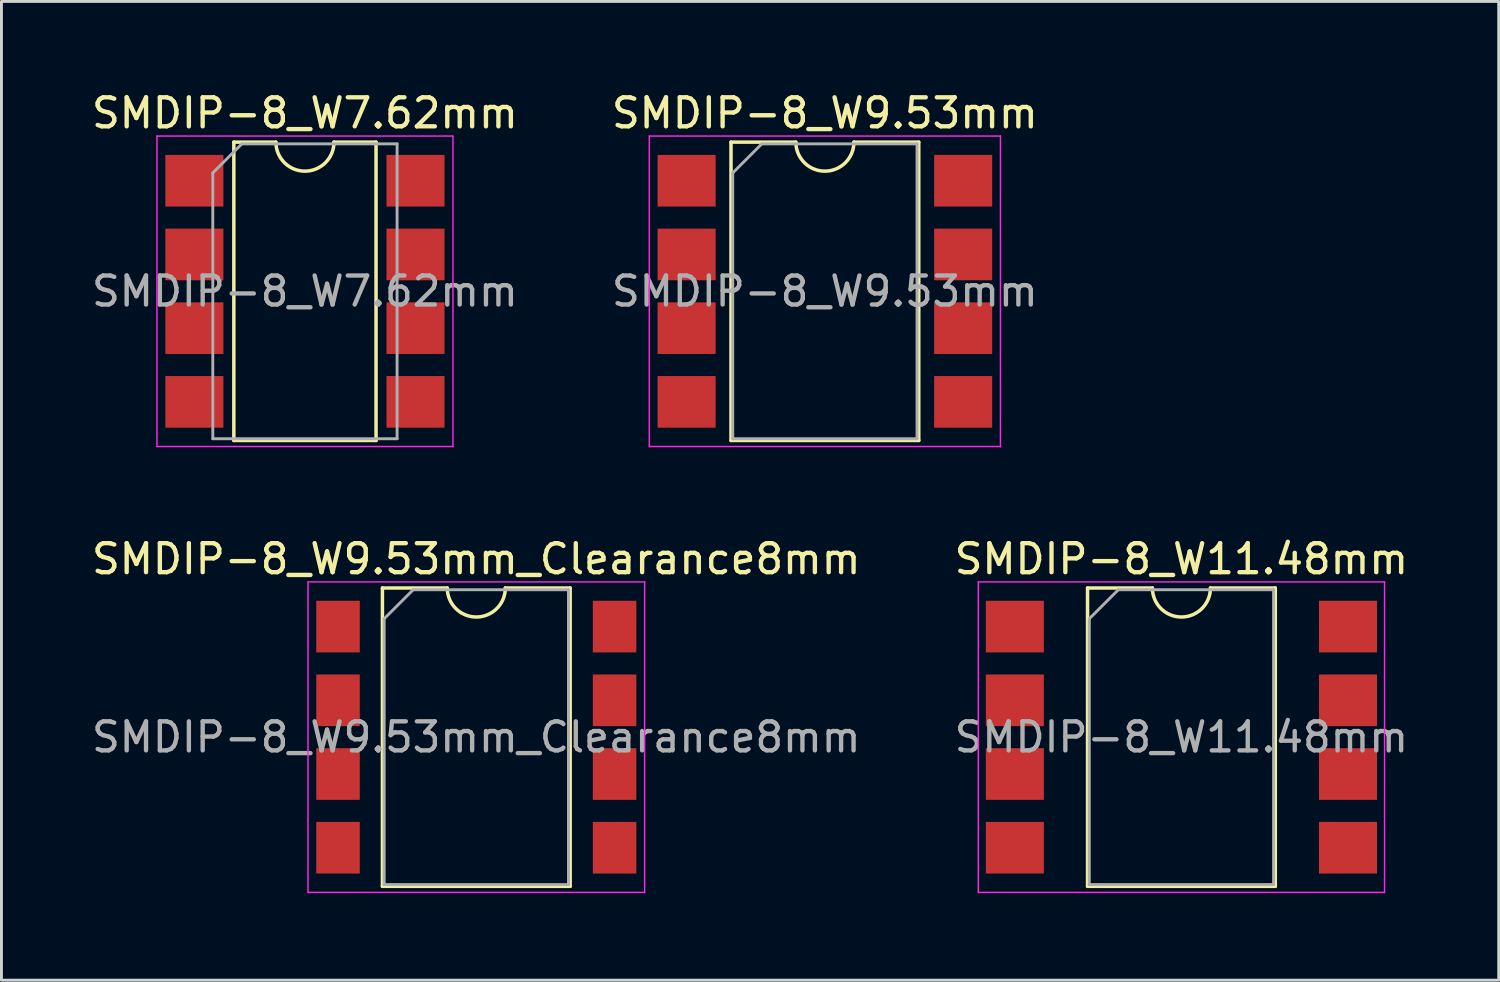
<source format=kicad_pcb>
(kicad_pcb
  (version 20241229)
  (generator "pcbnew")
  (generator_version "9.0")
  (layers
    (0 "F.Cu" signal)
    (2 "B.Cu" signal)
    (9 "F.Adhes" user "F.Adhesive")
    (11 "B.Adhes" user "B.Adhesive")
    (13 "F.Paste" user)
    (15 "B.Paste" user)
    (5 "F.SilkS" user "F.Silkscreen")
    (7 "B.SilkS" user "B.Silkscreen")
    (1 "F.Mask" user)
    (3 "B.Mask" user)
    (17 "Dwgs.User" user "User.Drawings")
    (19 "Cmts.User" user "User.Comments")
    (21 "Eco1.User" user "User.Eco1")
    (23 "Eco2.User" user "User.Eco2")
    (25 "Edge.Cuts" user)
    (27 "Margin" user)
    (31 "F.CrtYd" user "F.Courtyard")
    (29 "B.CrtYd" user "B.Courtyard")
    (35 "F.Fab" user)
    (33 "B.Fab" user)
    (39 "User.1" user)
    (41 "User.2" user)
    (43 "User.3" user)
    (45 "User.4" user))
  (footprint "SMDIP-8_W11.48mm"
    (layer "F.Cu")
    (at 37.661 22.352)
    (property "Reference" "SMDIP-8_W11.48mm" (at 0 -6.14 0) (layer "F.SilkS") (effects (font (size 1 1) (thickness 0.15))))
    (attr smd)
    (fp_line (start -3.235 -5.14) (end -3.235 5.14) (stroke (width 0.12) (type solid)) (layer "F.SilkS"))
    (fp_line (start -3.235 5.14) (end 3.235 5.14) (stroke (width 0.12) (type solid)) (layer "F.SilkS"))
    (fp_line (start -1 -5.14) (end -3.235 -5.14) (stroke (width 0.12) (type solid)) (layer "F.SilkS"))
    (fp_line (start 3.235 -5.14) (end 1 -5.14) (stroke (width 0.12) (type solid)) (layer "F.SilkS"))
    (fp_line (start 3.235 5.14) (end 3.235 -5.14) (stroke (width 0.12) (type solid)) (layer "F.SilkS"))
    (fp_arc (start 1 -5.14) (mid 0 -4.14) (end -1 -5.14) (stroke (width 0.12) (type solid)) (layer "F.SilkS"))
    (fp_line (start -7 -5.35) (end -7 5.35) (stroke (width 0.05) (type solid)) (layer "F.CrtYd"))
    (fp_line (start -7 5.35) (end 7 5.35) (stroke (width 0.05) (type solid)) (layer "F.CrtYd"))
    (fp_line (start 7 -5.35) (end -7 -5.35) (stroke (width 0.05) (type solid)) (layer "F.CrtYd"))
    (fp_line (start 7 5.35) (end 7 -5.35) (stroke (width 0.05) (type solid)) (layer "F.CrtYd"))
    (fp_line (start -3.175 -4.08) (end -2.175 -5.08) (stroke (width 0.1) (type solid)) (layer "F.Fab"))
    (fp_line (start -3.175 5.08) (end -3.175 -4.08) (stroke (width 0.1) (type solid)) (layer "F.Fab"))
    (fp_line (start -2.175 -5.08) (end 3.175 -5.08) (stroke (width 0.1) (type solid)) (layer "F.Fab"))
    (fp_line (start 3.175 -5.08) (end 3.175 5.08) (stroke (width 0.1) (type solid)) (layer "F.Fab"))
    (fp_line (start 3.175 5.08) (end -3.175 5.08) (stroke (width 0.1) (type solid)) (layer "F.Fab"))
    (fp_text user "${REFERENCE}" (at 0 0 0) (layer "F.Fab") (effects (font (size 1 1) (thickness 0.15))))
    (pad "1" smd rect (at -5.74 -3.81) (size 2 1.78) (layers "F.Cu" "F.Mask" "F.Paste"))
    (pad "2" smd rect (at -5.74 -1.27) (size 2 1.78) (layers "F.Cu" "F.Mask" "F.Paste"))
    (pad "3" smd rect (at -5.74 1.27) (size 2 1.78) (layers "F.Cu" "F.Mask" "F.Paste"))
    (pad "4" smd rect (at -5.74 3.81) (size 2 1.78) (layers "F.Cu" "F.Mask" "F.Paste"))
    (pad "5" smd rect (at 5.74 3.81) (size 2 1.78) (layers "F.Cu" "F.Mask" "F.Paste"))
    (pad "6" smd rect (at 5.74 1.27) (size 2 1.78) (layers "F.Cu" "F.Mask" "F.Paste"))
    (pad "7" smd rect (at 5.74 -1.27) (size 2 1.78) (layers "F.Cu" "F.Mask" "F.Paste"))
    (pad "8" smd rect (at 5.74 -3.81) (size 2 1.78) (layers "F.Cu" "F.Mask" "F.Paste")))
  (footprint "SMDIP-8_W9.53mm"
    (layer "F.Cu")
    (at 25.375 6.988)
    (property "Reference" "SMDIP-8_W9.53mm" (at 0 -6.14 0) (layer "F.SilkS") (effects (font (size 1 1) (thickness 0.15))))
    (attr smd)
    (fp_line (start -3.235 -5.14) (end -3.235 5.14) (stroke (width 0.12) (type solid)) (layer "F.SilkS"))
    (fp_line (start -3.235 5.14) (end 3.235 5.14) (stroke (width 0.12) (type solid)) (layer "F.SilkS"))
    (fp_line (start -1 -5.14) (end -3.235 -5.14) (stroke (width 0.12) (type solid)) (layer "F.SilkS"))
    (fp_line (start 3.235 -5.14) (end 1 -5.14) (stroke (width 0.12) (type solid)) (layer "F.SilkS"))
    (fp_line (start 3.235 5.14) (end 3.235 -5.14) (stroke (width 0.12) (type solid)) (layer "F.SilkS"))
    (fp_arc (start 1 -5.14) (mid 0 -4.14) (end -1 -5.14) (stroke (width 0.12) (type solid)) (layer "F.SilkS"))
    (fp_line (start -6.05 -5.35) (end -6.05 5.35) (stroke (width 0.05) (type solid)) (layer "F.CrtYd"))
    (fp_line (start -6.05 5.35) (end 6.05 5.35) (stroke (width 0.05) (type solid)) (layer "F.CrtYd"))
    (fp_line (start 6.05 -5.35) (end -6.05 -5.35) (stroke (width 0.05) (type solid)) (layer "F.CrtYd"))
    (fp_line (start 6.05 5.35) (end 6.05 -5.35) (stroke (width 0.05) (type solid)) (layer "F.CrtYd"))
    (fp_line (start -3.175 -4.08) (end -2.175 -5.08) (stroke (width 0.1) (type solid)) (layer "F.Fab"))
    (fp_line (start -3.175 5.08) (end -3.175 -4.08) (stroke (width 0.1) (type solid)) (layer "F.Fab"))
    (fp_line (start -2.175 -5.08) (end 3.175 -5.08) (stroke (width 0.1) (type solid)) (layer "F.Fab"))
    (fp_line (start 3.175 -5.08) (end 3.175 5.08) (stroke (width 0.1) (type solid)) (layer "F.Fab"))
    (fp_line (start 3.175 5.08) (end -3.175 5.08) (stroke (width 0.1) (type solid)) (layer "F.Fab"))
    (fp_text user "${REFERENCE}" (at 0 0 0) (layer "F.Fab") (effects (font (size 1 1) (thickness 0.15))))
    (pad "1" smd rect (at -4.765 -3.81) (size 2 1.78) (layers "F.Cu" "F.Mask" "F.Paste"))
    (pad "2" smd rect (at -4.765 -1.27) (size 2 1.78) (layers "F.Cu" "F.Mask" "F.Paste"))
    (pad "3" smd rect (at -4.765 1.27) (size 2 1.78) (layers "F.Cu" "F.Mask" "F.Paste"))
    (pad "4" smd rect (at -4.765 3.81) (size 2 1.78) (layers "F.Cu" "F.Mask" "F.Paste"))
    (pad "5" smd rect (at 4.765 3.81) (size 2 1.78) (layers "F.Cu" "F.Mask" "F.Paste"))
    (pad "6" smd rect (at 4.765 1.27) (size 2 1.78) (layers "F.Cu" "F.Mask" "F.Paste"))
    (pad "7" smd rect (at 4.765 -1.27) (size 2 1.78) (layers "F.Cu" "F.Mask" "F.Paste"))
    (pad "8" smd rect (at 4.765 -3.81) (size 2 1.78) (layers "F.Cu" "F.Mask" "F.Paste")))
  (footprint "SMDIP-8_W7.62mm"
    (layer "F.Cu")
    (at 7.458 6.988)
    (property "Reference" "SMDIP-8_W7.62mm" (at 0 -6.14 0) (layer "F.SilkS") (effects (font (size 1 1) (thickness 0.15))))
    (attr smd)
    (fp_line (start -2.45 -5.14) (end -2.45 5.14) (stroke (width 0.12) (type solid)) (layer "F.SilkS"))
    (fp_line (start -2.45 5.14) (end 2.45 5.14) (stroke (width 0.12) (type solid)) (layer "F.SilkS"))
    (fp_line (start -1 -5.14) (end -2.45 -5.14) (stroke (width 0.12) (type solid)) (layer "F.SilkS"))
    (fp_line (start 2.45 -5.14) (end 1 -5.14) (stroke (width 0.12) (type solid)) (layer "F.SilkS"))
    (fp_line (start 2.45 5.14) (end 2.45 -5.14) (stroke (width 0.12) (type solid)) (layer "F.SilkS"))
    (fp_arc (start 1 -5.14) (mid 0 -4.14) (end -1 -5.14) (stroke (width 0.12) (type solid)) (layer "F.SilkS"))
    (fp_line (start -5.1 -5.35) (end -5.1 5.35) (stroke (width 0.05) (type solid)) (layer "F.CrtYd"))
    (fp_line (start -5.1 5.35) (end 5.1 5.35) (stroke (width 0.05) (type solid)) (layer "F.CrtYd"))
    (fp_line (start 5.1 -5.35) (end -5.1 -5.35) (stroke (width 0.05) (type solid)) (layer "F.CrtYd"))
    (fp_line (start 5.1 5.35) (end 5.1 -5.35) (stroke (width 0.05) (type solid)) (layer "F.CrtYd"))
    (fp_line (start -3.175 -4.08) (end -2.175 -5.08) (stroke (width 0.1) (type solid)) (layer "F.Fab"))
    (fp_line (start -3.175 5.08) (end -3.175 -4.08) (stroke (width 0.1) (type solid)) (layer "F.Fab"))
    (fp_line (start -2.175 -5.08) (end 3.175 -5.08) (stroke (width 0.1) (type solid)) (layer "F.Fab"))
    (fp_line (start 3.175 -5.08) (end 3.175 5.08) (stroke (width 0.1) (type solid)) (layer "F.Fab"))
    (fp_line (start 3.175 5.08) (end -3.175 5.08) (stroke (width 0.1) (type solid)) (layer "F.Fab"))
    (fp_text user "${REFERENCE}" (at 0 0 0) (layer "F.Fab") (effects (font (size 1 1) (thickness 0.15))))
    (pad "1" smd rect (at -3.81 -3.81) (size 2 1.78) (layers "F.Cu" "F.Mask" "F.Paste"))
    (pad "2" smd rect (at -3.81 -1.27) (size 2 1.78) (layers "F.Cu" "F.Mask" "F.Paste"))
    (pad "3" smd rect (at -3.81 1.27) (size 2 1.78) (layers "F.Cu" "F.Mask" "F.Paste"))
    (pad "4" smd rect (at -3.81 3.81) (size 2 1.78) (layers "F.Cu" "F.Mask" "F.Paste"))
    (pad "5" smd rect (at 3.81 3.81) (size 2 1.78) (layers "F.Cu" "F.Mask" "F.Paste"))
    (pad "6" smd rect (at 3.81 1.27) (size 2 1.78) (layers "F.Cu" "F.Mask" "F.Paste"))
    (pad "7" smd rect (at 3.81 -1.27) (size 2 1.78) (layers "F.Cu" "F.Mask" "F.Paste"))
    (pad "8" smd rect (at 3.81 -3.81) (size 2 1.78) (layers "F.Cu" "F.Mask" "F.Paste")))
  (footprint "SMDIP-8_W9.53mm_Clearance8mm"
    (layer "F.Cu")
    (at 13.363 22.352)
    (property "Reference" "SMDIP-8_W9.53mm_Clearance8mm" (at 0 -6.14 0) (layer "F.SilkS") (effects (font (size 1 1) (thickness 0.15))))
    (attr smd)
    (fp_line (start -3.235 -5.14) (end -3.235 5.14) (stroke (width 0.12) (type solid)) (layer "F.SilkS"))
    (fp_line (start -3.235 5.14) (end 3.235 5.14) (stroke (width 0.12) (type solid)) (layer "F.SilkS"))
    (fp_line (start -1 -5.14) (end -3.235 -5.14) (stroke (width 0.12) (type solid)) (layer "F.SilkS"))
    (fp_line (start 3.235 -5.14) (end 1 -5.14) (stroke (width 0.12) (type solid)) (layer "F.SilkS"))
    (fp_line (start 3.235 5.14) (end 3.235 -5.14) (stroke (width 0.12) (type solid)) (layer "F.SilkS"))
    (fp_arc (start 1 -5.14) (mid 0 -4.14) (end -1 -5.14) (stroke (width 0.12) (type solid)) (layer "F.SilkS"))
    (fp_line (start -5.8 -5.35) (end -5.8 5.35) (stroke (width 0.05) (type solid)) (layer "F.CrtYd"))
    (fp_line (start -5.8 5.35) (end 5.8 5.35) (stroke (width 0.05) (type solid)) (layer "F.CrtYd"))
    (fp_line (start 5.8 -5.35) (end -5.8 -5.35) (stroke (width 0.05) (type solid)) (layer "F.CrtYd"))
    (fp_line (start 5.8 5.35) (end 5.8 -5.35) (stroke (width 0.05) (type solid)) (layer "F.CrtYd"))
    (fp_line (start -3.175 -4.08) (end -2.175 -5.08) (stroke (width 0.1) (type solid)) (layer "F.Fab"))
    (fp_line (start -3.175 5.08) (end -3.175 -4.08) (stroke (width 0.1) (type solid)) (layer "F.Fab"))
    (fp_line (start -2.175 -5.08) (end 3.175 -5.08) (stroke (width 0.1) (type solid)) (layer "F.Fab"))
    (fp_line (start 3.175 -5.08) (end 3.175 5.08) (stroke (width 0.1) (type solid)) (layer "F.Fab"))
    (fp_line (start 3.175 5.08) (end -3.175 5.08) (stroke (width 0.1) (type solid)) (layer "F.Fab"))
    (fp_text user "${REFERENCE}" (at 0 0 0) (layer "F.Fab") (effects (font (size 1 1) (thickness 0.15))))
    (pad "1" smd rect (at -4.765 -3.81) (size 1.5 1.78) (layers "F.Cu" "F.Mask" "F.Paste"))
    (pad "2" smd rect (at -4.765 -1.27) (size 1.5 1.78) (layers "F.Cu" "F.Mask" "F.Paste"))
    (pad "3" smd rect (at -4.765 1.27) (size 1.5 1.78) (layers "F.Cu" "F.Mask" "F.Paste"))
    (pad "4" smd rect (at -4.765 3.81) (size 1.5 1.78) (layers "F.Cu" "F.Mask" "F.Paste"))
    (pad "5" smd rect (at 4.765 3.81) (size 1.5 1.78) (layers "F.Cu" "F.Mask" "F.Paste"))
    (pad "6" smd rect (at 4.765 1.27) (size 1.5 1.78) (layers "F.Cu" "F.Mask" "F.Paste"))
    (pad "7" smd rect (at 4.765 -1.27) (size 1.5 1.78) (layers "F.Cu" "F.Mask" "F.Paste"))
    (pad "8" smd rect (at 4.765 -3.81) (size 1.5 1.78) (layers "F.Cu" "F.Mask" "F.Paste")))
  (gr_rect
    (start -3 -3)
    (end 48.595 30.727)
    (stroke (width 0.1) (type default))
    (fill no)
    (layer "Edge.Cuts")))
</source>
